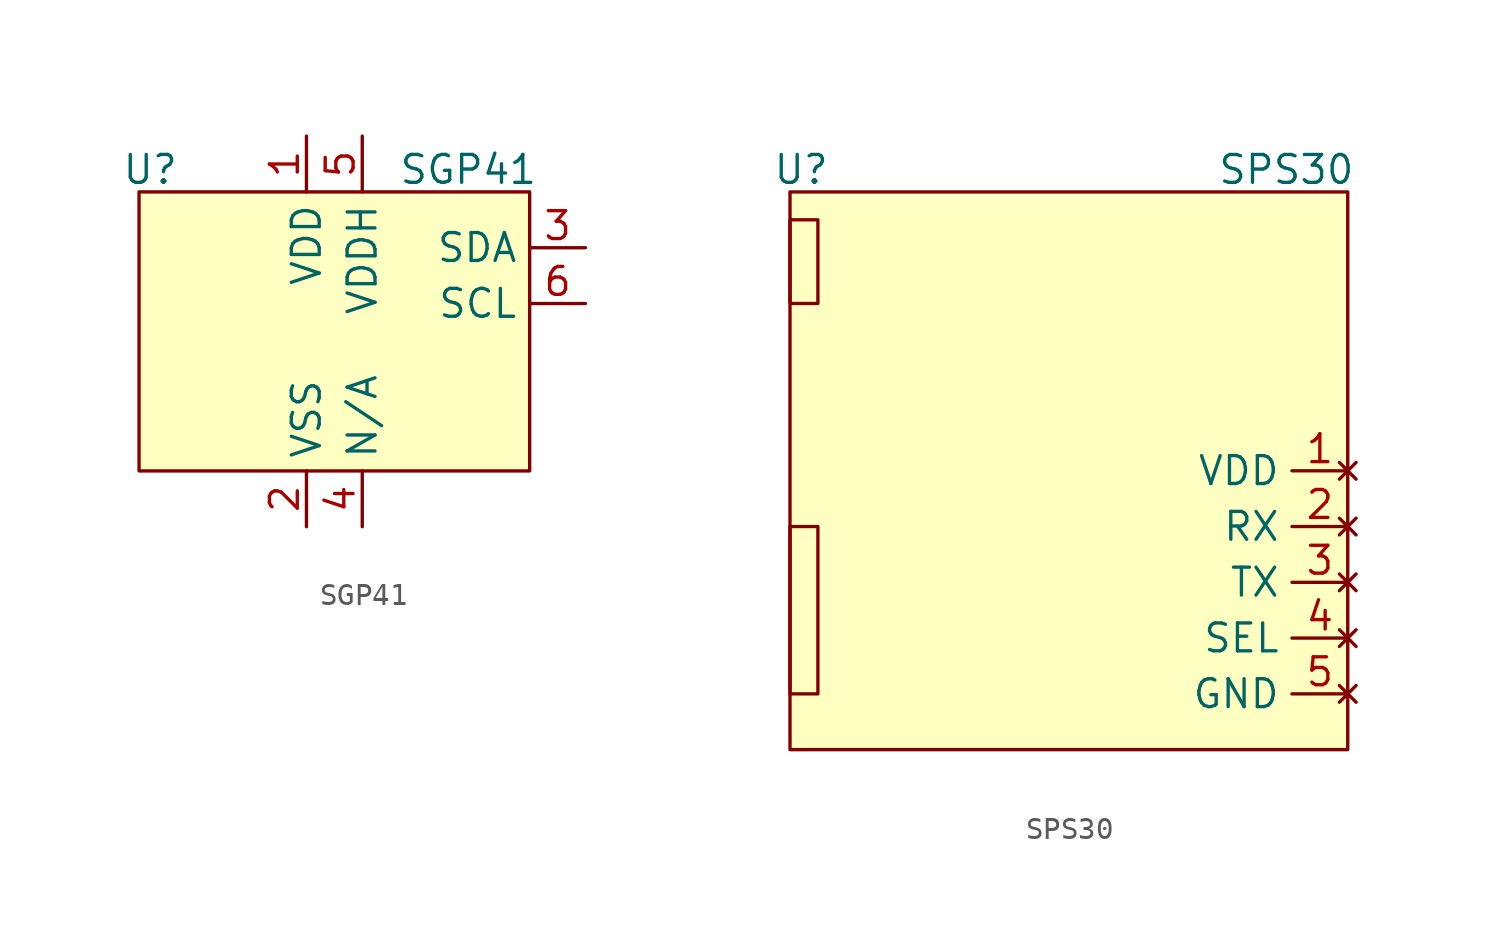
<source format=kicad_sym>
(kicad_symbol_lib
  (version 20241209)
  (generator "kicad_symbol_editor")
  (generator_version "9.0")
  (symbol "SGP41"
    (property "Reference" "U"
      (at -8.382 7.366 0)
      (effects (font (size 1.27 1.27))))
    (property "Value" "SGP41"
      (at 6.096 7.366 0)
      (effects (font (size 1.27 1.27))))
    (symbol "SGP41_1_1"
      (rectangle (start -8.89 6.35) (end 8.89 -6.35) (stroke (width 0) (type solid)) (fill (type background)))
      (pin power_in line (at -1.27 8.89 270) (length 2.54) (name "VDD" (effects (font (size 1.27 1.27)))) (number "1" (effects (font (size 1.27 1.27)))))
      (pin power_in line (at -1.27 -8.89 90) (length 2.54) (name "VSS" (effects (font (size 1.27 1.27)))) (number "2" (effects (font (size 1.27 1.27)))))
      (pin power_in line (at 1.27 8.89 270) (length 2.54) (name "VDDH" (effects (font (size 1.27 1.27)))) (number "5" (effects (font (size 1.27 1.27)))))
      (pin passive line (at 1.27 -8.89 90) (length 2.54) (name "N/A" (effects (font (size 1.27 1.27)))) (number "4" (effects (font (size 1.27 1.27)))))
      (pin bidirectional line (at 11.43 3.81 180) (length 2.54) (name "SDA" (effects (font (size 1.27 1.27)))) (number "3" (effects (font (size 1.27 1.27)))))
      (pin bidirectional line (at 11.43 1.27 180) (length 2.54) (name "SCL" (effects (font (size 1.27 1.27)))) (number "6" (effects (font (size 1.27 1.27)))))))
  (symbol "SPS30"
    (property "Reference" "U"
      (at -12.192 13.716 0)
      (effects (font (size 1.27 1.27))))
    (property "Value" "SPS30"
      (at 9.906 13.716 0)
      (effects (font (size 1.27 1.27))))
    (symbol "SPS30_1_1"
      (rectangle (start -12.7 12.7) (end 12.7 -12.7) (stroke (width 0) (type solid)) (fill (type background)))
      (rectangle (start -12.7 7.62) (end -11.43 11.43) (stroke (width 0) (type default)) (fill (type none)))
      (rectangle (start -12.7 -10.16) (end -11.43 -2.54) (stroke (width 0) (type default)) (fill (type none)))
      (pin no_connect line (at 12.7 0 180) (length 2.54) (name "VDD" (effects (font (size 1.27 1.27)))) (number "1" (effects (font (size 1.27 1.27)))))
      (pin no_connect line (at 12.7 -2.54 180) (length 2.54) (name "RX" (effects (font (size 1.27 1.27)))) (number "2" (effects (font (size 1.27 1.27)))) (alternate "SDA" no_connect line))
      (pin no_connect line (at 12.7 -5.08 180) (length 2.54) (name "TX" (effects (font (size 1.27 1.27)))) (number "3" (effects (font (size 1.27 1.27)))) (alternate "SCL" no_connect line))
      (pin no_connect line (at 12.7 -7.62 180) (length 2.54) (name "SEL" (effects (font (size 1.27 1.27)))) (number "4" (effects (font (size 1.27 1.27)))))
      (pin no_connect line (at 12.7 -10.16 180) (length 2.54) (name "GND" (effects (font (size 1.27 1.27)))) (number "5" (effects (font (size 1.27 1.27))))))))
</source>
